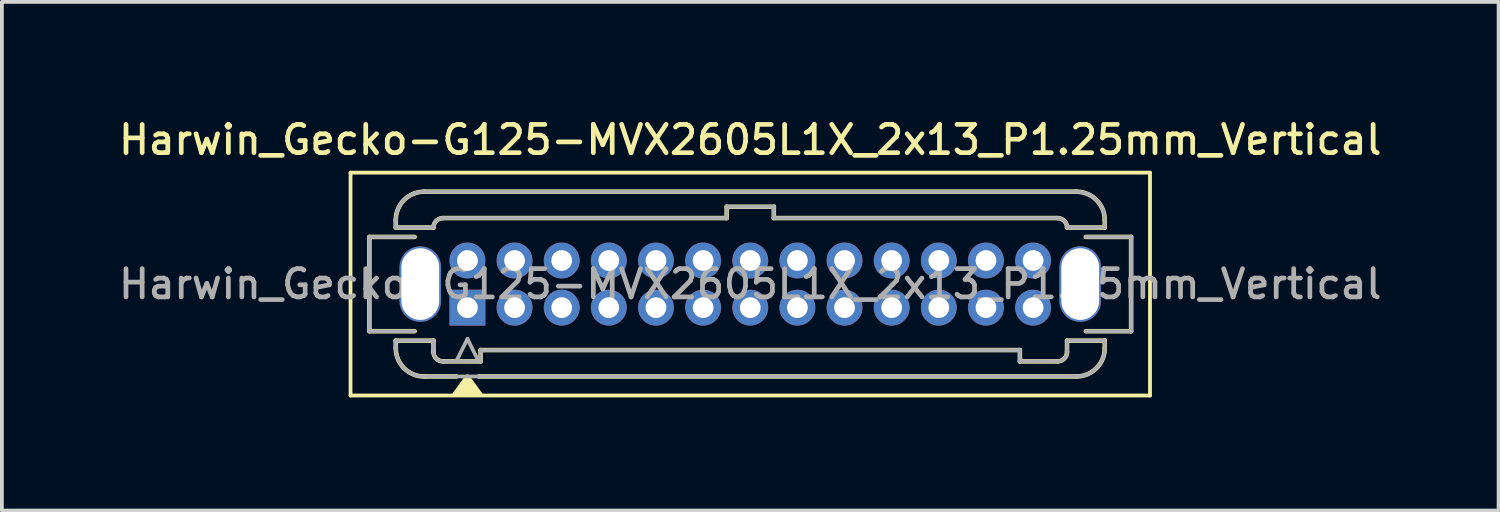
<source format=kicad_pcb>
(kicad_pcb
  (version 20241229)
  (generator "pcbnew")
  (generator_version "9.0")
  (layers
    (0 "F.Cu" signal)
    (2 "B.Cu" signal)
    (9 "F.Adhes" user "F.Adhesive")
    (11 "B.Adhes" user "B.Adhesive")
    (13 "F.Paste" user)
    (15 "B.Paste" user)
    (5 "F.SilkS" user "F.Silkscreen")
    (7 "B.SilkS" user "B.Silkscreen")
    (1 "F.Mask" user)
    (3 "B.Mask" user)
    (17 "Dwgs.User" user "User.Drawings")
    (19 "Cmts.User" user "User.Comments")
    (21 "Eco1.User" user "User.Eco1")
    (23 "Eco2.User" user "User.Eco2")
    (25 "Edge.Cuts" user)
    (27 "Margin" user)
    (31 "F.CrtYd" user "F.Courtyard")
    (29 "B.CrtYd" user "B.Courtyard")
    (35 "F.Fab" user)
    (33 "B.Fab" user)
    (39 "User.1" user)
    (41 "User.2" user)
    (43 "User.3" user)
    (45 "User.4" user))
  (footprint "Harwin_Gecko-G125-MVX2605L1X_2x13_P1.25mm_Vertical"
    (layer "F.Cu")
    (at 9.345 5.108)
    (property "Reference" "Harwin_Gecko-G125-MVX2605L1X_2x13_P1.25mm_Vertical" (at 7.5 -4.45 0) (layer "F.SilkS") (effects (font (size 0.75 0.75) (thickness 0.125))))
    (attr through_hole)
    (fp_line (start -3.1 -3.58) (end -3.1 2.33) (stroke (width 0.1) (type solid)) (layer "F.SilkS"))
    (fp_line (start -3.1 2.33) (end 18.1 2.33) (stroke (width 0.1) (type solid)) (layer "F.SilkS"))
    (fp_line (start -2.6 -1.875) (end -2.6 0.625) (stroke (width 0.12) (type solid)) (layer "F.SilkS"))
    (fp_line (start -2.6 0.625) (end -1.4 0.625) (stroke (width 0.12) (type solid)) (layer "F.SilkS"))
    (fp_line (start -1.9 -2.325) (end -1.9 -2.125) (stroke (width 0.12) (type solid)) (layer "F.SilkS"))
    (fp_line (start -1.9 -2.125) (end -0.9 -2.125) (stroke (width 0.12) (type solid)) (layer "F.SilkS"))
    (fp_line (start -1.9 0.875) (end -0.9 0.875) (stroke (width 0.12) (type solid)) (layer "F.SilkS"))
    (fp_line (start -1.9 1.075) (end -1.9 0.875) (stroke (width 0.12) (type solid)) (layer "F.SilkS"))
    (fp_line (start -1.4 -1.875) (end -2.6 -1.875) (stroke (width 0.12) (type solid)) (layer "F.SilkS"))
    (fp_line (start -1.15 -3.075) (end 16.15 -3.075) (stroke (width 0.12) (type solid)) (layer "F.SilkS"))
    (fp_line (start -1.15 1.825) (end -0.3 1.825) (stroke (width 0.12) (type solid)) (layer "F.SilkS"))
    (fp_line (start -0.9 1.175) (end -0.9 0.875) (stroke (width 0.12) (type solid)) (layer "F.SilkS"))
    (fp_line (start -0.65 -2.375) (end 6.875 -2.375) (stroke (width 0.12) (type solid)) (layer "F.SilkS"))
    (fp_line (start -0.65 1.425) (end 0.35 1.425) (stroke (width 0.12) (type solid)) (layer "F.SilkS"))
    (fp_line (start 0.3 1.825) (end 16.15 1.825) (stroke (width 0.12) (type solid)) (layer "F.SilkS"))
    (fp_line (start 0.35 1.125) (end 14.65 1.125) (stroke (width 0.12) (type solid)) (layer "F.SilkS"))
    (fp_line (start 0.35 1.425) (end 0.35 1.125) (stroke (width 0.12) (type solid)) (layer "F.SilkS"))
    (fp_line (start 6.875 -2.675) (end 8.125 -2.675) (stroke (width 0.12) (type solid)) (layer "F.SilkS"))
    (fp_line (start 6.875 -2.375) (end 6.875 -2.675) (stroke (width 0.12) (type solid)) (layer "F.SilkS"))
    (fp_line (start 8.125 -2.675) (end 8.125 -2.375) (stroke (width 0.12) (type solid)) (layer "F.SilkS"))
    (fp_line (start 8.125 -2.375) (end 15.65 -2.375) (stroke (width 0.12) (type solid)) (layer "F.SilkS"))
    (fp_line (start 14.65 1.125) (end 14.65 1.425) (stroke (width 0.12) (type solid)) (layer "F.SilkS"))
    (fp_line (start 14.65 1.425) (end 15.65 1.425) (stroke (width 0.12) (type solid)) (layer "F.SilkS"))
    (fp_line (start 15.9 1.175) (end 15.9 0.875) (stroke (width 0.12) (type solid)) (layer "F.SilkS"))
    (fp_line (start 16.4 -1.875) (end 17.6 -1.875) (stroke (width 0.12) (type solid)) (layer "F.SilkS"))
    (fp_line (start 16.9 -2.325) (end 16.9 -2.125) (stroke (width 0.12) (type solid)) (layer "F.SilkS"))
    (fp_line (start 16.9 -2.125) (end 15.9 -2.125) (stroke (width 0.12) (type solid)) (layer "F.SilkS"))
    (fp_line (start 16.9 0.875) (end 15.9 0.875) (stroke (width 0.12) (type solid)) (layer "F.SilkS"))
    (fp_line (start 16.9 1.075) (end 16.9 0.875) (stroke (width 0.12) (type solid)) (layer "F.SilkS"))
    (fp_line (start 17.6 -1.875) (end 17.6 0.625) (stroke (width 0.12) (type solid)) (layer "F.SilkS"))
    (fp_line (start 17.6 0.625) (end 16.4 0.625) (stroke (width 0.12) (type solid)) (layer "F.SilkS"))
    (fp_line (start 18.1 -3.58) (end -3.1 -3.58) (stroke (width 0.1) (type solid)) (layer "F.SilkS"))
    (fp_line (start 18.1 -3.58) (end 18.1 2.33) (stroke (width 0.1) (type solid)) (layer "F.SilkS"))
    (fp_arc (start -1.9 -2.325) (mid -1.68033 -2.85533) (end -1.15 -3.075) (stroke (width 0.12) (type solid)) (layer "F.SilkS"))
    (fp_arc (start -1.15 1.825) (mid -1.68033 1.60533) (end -1.9 1.075) (stroke (width 0.12) (type solid)) (layer "F.SilkS"))
    (fp_arc (start -0.9 -2.125) (mid -0.826777 -2.301777) (end -0.65 -2.375) (stroke (width 0.12) (type solid)) (layer "F.SilkS"))
    (fp_arc (start -0.65 1.425) (mid -0.826777 1.351777) (end -0.9 1.175) (stroke (width 0.12) (type solid)) (layer "F.SilkS"))
    (fp_arc (start 15.65 -2.375) (mid 15.826777 -2.301777) (end 15.9 -2.125) (stroke (width 0.12) (type solid)) (layer "F.SilkS"))
    (fp_arc (start 15.9 1.175) (mid 15.826777 1.351777) (end 15.65 1.425) (stroke (width 0.12) (type solid)) (layer "F.SilkS"))
    (fp_arc (start 16.15 -3.075) (mid 16.68033 -2.85533) (end 16.9 -2.325) (stroke (width 0.12) (type solid)) (layer "F.SilkS"))
    (fp_arc (start 16.9 1.075) (mid 16.68033 1.60533) (end 16.15 1.825) (stroke (width 0.12) (type solid)) (layer "F.SilkS"))
    (fp_poly (pts (xy 0 1.83) (xy -0.34 2.3) (xy 0.34 2.3) (xy 0 1.83)) (stroke (width 0.12) (type solid)) (fill yes) (layer "F.SilkS"))
    (fp_line (start -2.6 -1.875) (end -2.6 0.625) (stroke (width 0.1) (type solid)) (layer "F.Fab"))
    (fp_line (start -2.6 0.625) (end -1.4 0.625) (stroke (width 0.1) (type solid)) (layer "F.Fab"))
    (fp_line (start -1.9 -2.325) (end -1.9 -2.125) (stroke (width 0.1) (type solid)) (layer "F.Fab"))
    (fp_line (start -1.9 -2.125) (end -0.9 -2.125) (stroke (width 0.1) (type solid)) (layer "F.Fab"))
    (fp_line (start -1.9 0.875) (end -0.9 0.875) (stroke (width 0.1) (type solid)) (layer "F.Fab"))
    (fp_line (start -1.9 1.075) (end -1.9 0.875) (stroke (width 0.1) (type solid)) (layer "F.Fab"))
    (fp_line (start -1.4 -1.875) (end -2.6 -1.875) (stroke (width 0.1) (type solid)) (layer "F.Fab"))
    (fp_line (start -1.15 -3.075) (end 16.15 -3.075) (stroke (width 0.1) (type solid)) (layer "F.Fab"))
    (fp_line (start -1.15 1.825) (end 16.15 1.825) (stroke (width 0.1) (type solid)) (layer "F.Fab"))
    (fp_line (start -0.9 1.175) (end -0.9 0.875) (stroke (width 0.1) (type solid)) (layer "F.Fab"))
    (fp_line (start -0.65 -2.375) (end 6.875 -2.375) (stroke (width 0.1) (type solid)) (layer "F.Fab"))
    (fp_line (start -0.65 1.425) (end 0.35 1.425) (stroke (width 0.1) (type solid)) (layer "F.Fab"))
    (fp_line (start 0 0.83) (end -0.3 1.43) (stroke (width 0.1) (type solid)) (layer "F.Fab"))
    (fp_line (start 0.3 1.43) (end 0 0.83) (stroke (width 0.1) (type solid)) (layer "F.Fab"))
    (fp_line (start 0.35 1.125) (end 14.65 1.125) (stroke (width 0.1) (type solid)) (layer "F.Fab"))
    (fp_line (start 0.35 1.425) (end 0.35 1.125) (stroke (width 0.1) (type solid)) (layer "F.Fab"))
    (fp_line (start 6.875 -2.675) (end 8.125 -2.675) (stroke (width 0.1) (type solid)) (layer "F.Fab"))
    (fp_line (start 6.875 -2.375) (end 6.875 -2.675) (stroke (width 0.1) (type solid)) (layer "F.Fab"))
    (fp_line (start 8.125 -2.675) (end 8.125 -2.375) (stroke (width 0.1) (type solid)) (layer "F.Fab"))
    (fp_line (start 8.125 -2.375) (end 15.65 -2.375) (stroke (width 0.1) (type solid)) (layer "F.Fab"))
    (fp_line (start 14.65 1.125) (end 14.65 1.425) (stroke (width 0.1) (type solid)) (layer "F.Fab"))
    (fp_line (start 14.65 1.425) (end 15.65 1.425) (stroke (width 0.1) (type solid)) (layer "F.Fab"))
    (fp_line (start 15.9 1.175) (end 15.9 0.875) (stroke (width 0.1) (type solid)) (layer "F.Fab"))
    (fp_line (start 16.4 -1.875) (end 17.6 -1.875) (stroke (width 0.1) (type solid)) (layer "F.Fab"))
    (fp_line (start 16.9 -2.325) (end 16.9 -2.125) (stroke (width 0.1) (type solid)) (layer "F.Fab"))
    (fp_line (start 16.9 -2.125) (end 15.9 -2.125) (stroke (width 0.1) (type solid)) (layer "F.Fab"))
    (fp_line (start 16.9 0.875) (end 15.9 0.875) (stroke (width 0.1) (type solid)) (layer "F.Fab"))
    (fp_line (start 16.9 1.075) (end 16.9 0.875) (stroke (width 0.1) (type solid)) (layer "F.Fab"))
    (fp_line (start 17.6 -1.875) (end 17.6 0.625) (stroke (width 0.1) (type solid)) (layer "F.Fab"))
    (fp_line (start 17.6 0.625) (end 16.4 0.625) (stroke (width 0.1) (type solid)) (layer "F.Fab"))
    (fp_arc (start -1.9 -2.325) (mid -1.68033 -2.85533) (end -1.15 -3.075) (stroke (width 0.1) (type solid)) (layer "F.Fab"))
    (fp_arc (start -1.15 1.825) (mid -1.68033 1.60533) (end -1.9 1.075) (stroke (width 0.1) (type solid)) (layer "F.Fab"))
    (fp_arc (start -0.9 -2.125) (mid -0.826777 -2.301777) (end -0.65 -2.375) (stroke (width 0.1) (type solid)) (layer "F.Fab"))
    (fp_arc (start -0.65 1.425) (mid -0.826777 1.351777) (end -0.9 1.175) (stroke (width 0.1) (type solid)) (layer "F.Fab"))
    (fp_arc (start 15.65 -2.375) (mid 15.826777 -2.301777) (end 15.9 -2.125) (stroke (width 0.1) (type solid)) (layer "F.Fab"))
    (fp_arc (start 15.9 1.175) (mid 15.826777 1.351777) (end 15.65 1.425) (stroke (width 0.1) (type solid)) (layer "F.Fab"))
    (fp_arc (start 16.15 -3.075) (mid 16.68033 -2.85533) (end 16.9 -2.325) (stroke (width 0.1) (type solid)) (layer "F.Fab"))
    (fp_arc (start 16.9 1.075) (mid 16.68033 1.60533) (end 16.15 1.825) (stroke (width 0.1) (type solid)) (layer "F.Fab"))
    (fp_text user "${REFERENCE}" (at 7.5 -0.625 0) (layer "F.Fab") (effects (font (size 0.75 0.75) (thickness 0.125))))
    (pad "" np_thru_hole oval (at -1.25 -0.625) (size 1.1 2) (drill oval 1 1.9) (layers "*.Cu" "*.Mask"))
    (pad "" np_thru_hole oval (at 16.25 -0.625) (size 1.1 2) (drill oval 1 1.9) (layers "*.Cu" "*.Mask"))
    (pad "1" thru_hole rect (at 0 0) (size 0.95 0.95) (drill 0.55) (layers "*.Cu" "*.Mask"))
    (pad "2" thru_hole circle (at 1.25 0) (size 0.95 0.95) (drill 0.55) (layers "*.Cu" "*.Mask"))
    (pad "3" thru_hole circle (at 2.5 0) (size 0.95 0.95) (drill 0.55) (layers "*.Cu" "*.Mask"))
    (pad "4" thru_hole circle (at 3.75 0) (size 0.95 0.95) (drill 0.55) (layers "*.Cu" "*.Mask"))
    (pad "5" thru_hole circle (at 5 0) (size 0.95 0.95) (drill 0.55) (layers "*.Cu" "*.Mask"))
    (pad "6" thru_hole circle (at 6.25 0) (size 0.95 0.95) (drill 0.55) (layers "*.Cu" "*.Mask"))
    (pad "7" thru_hole circle (at 7.5 0) (size 0.95 0.95) (drill 0.55) (layers "*.Cu" "*.Mask"))
    (pad "8" thru_hole circle (at 8.75 0) (size 0.95 0.95) (drill 0.55) (layers "*.Cu" "*.Mask"))
    (pad "9" thru_hole circle (at 10 0) (size 0.95 0.95) (drill 0.55) (layers "*.Cu" "*.Mask"))
    (pad "10" thru_hole circle (at 11.25 0) (size 0.95 0.95) (drill 0.55) (layers "*.Cu" "*.Mask"))
    (pad "11" thru_hole circle (at 12.5 0) (size 0.95 0.95) (drill 0.55) (layers "*.Cu" "*.Mask"))
    (pad "12" thru_hole circle (at 13.75 0) (size 0.95 0.95) (drill 0.55) (layers "*.Cu" "*.Mask"))
    (pad "13" thru_hole circle (at 15 0) (size 0.95 0.95) (drill 0.55) (layers "*.Cu" "*.Mask"))
    (pad "14" thru_hole circle (at 0 -1.25) (size 0.95 0.95) (drill 0.55) (layers "*.Cu" "*.Mask"))
    (pad "15" thru_hole circle (at 1.25 -1.25) (size 0.95 0.95) (drill 0.55) (layers "*.Cu" "*.Mask"))
    (pad "16" thru_hole circle (at 2.5 -1.25) (size 0.95 0.95) (drill 0.55) (layers "*.Cu" "*.Mask"))
    (pad "17" thru_hole circle (at 3.75 -1.25) (size 0.95 0.95) (drill 0.55) (layers "*.Cu" "*.Mask"))
    (pad "18" thru_hole circle (at 5 -1.25) (size 0.95 0.95) (drill 0.55) (layers "*.Cu" "*.Mask"))
    (pad "19" thru_hole circle (at 6.25 -1.25) (size 0.95 0.95) (drill 0.55) (layers "*.Cu" "*.Mask"))
    (pad "20" thru_hole circle (at 7.5 -1.25) (size 0.95 0.95) (drill 0.55) (layers "*.Cu" "*.Mask"))
    (pad "21" thru_hole circle (at 8.75 -1.25) (size 0.95 0.95) (drill 0.55) (layers "*.Cu" "*.Mask"))
    (pad "22" thru_hole circle (at 10 -1.25) (size 0.95 0.95) (drill 0.55) (layers "*.Cu" "*.Mask"))
    (pad "23" thru_hole circle (at 11.25 -1.25) (size 0.95 0.95) (drill 0.55) (layers "*.Cu" "*.Mask"))
    (pad "24" thru_hole circle (at 12.5 -1.25) (size 0.95 0.95) (drill 0.55) (layers "*.Cu" "*.Mask"))
    (pad "25" thru_hole circle (at 13.75 -1.25) (size 0.95 0.95) (drill 0.55) (layers "*.Cu" "*.Mask"))
    (pad "26" thru_hole circle (at 15 -1.25) (size 0.95 0.95) (drill 0.55) (layers "*.Cu" "*.Mask")))
  (gr_rect
    (start -3 -3)
    (end 36.689 10.488)
    (stroke (width 0.1) (type default))
    (fill no)
    (layer "Edge.Cuts")))
</source>
